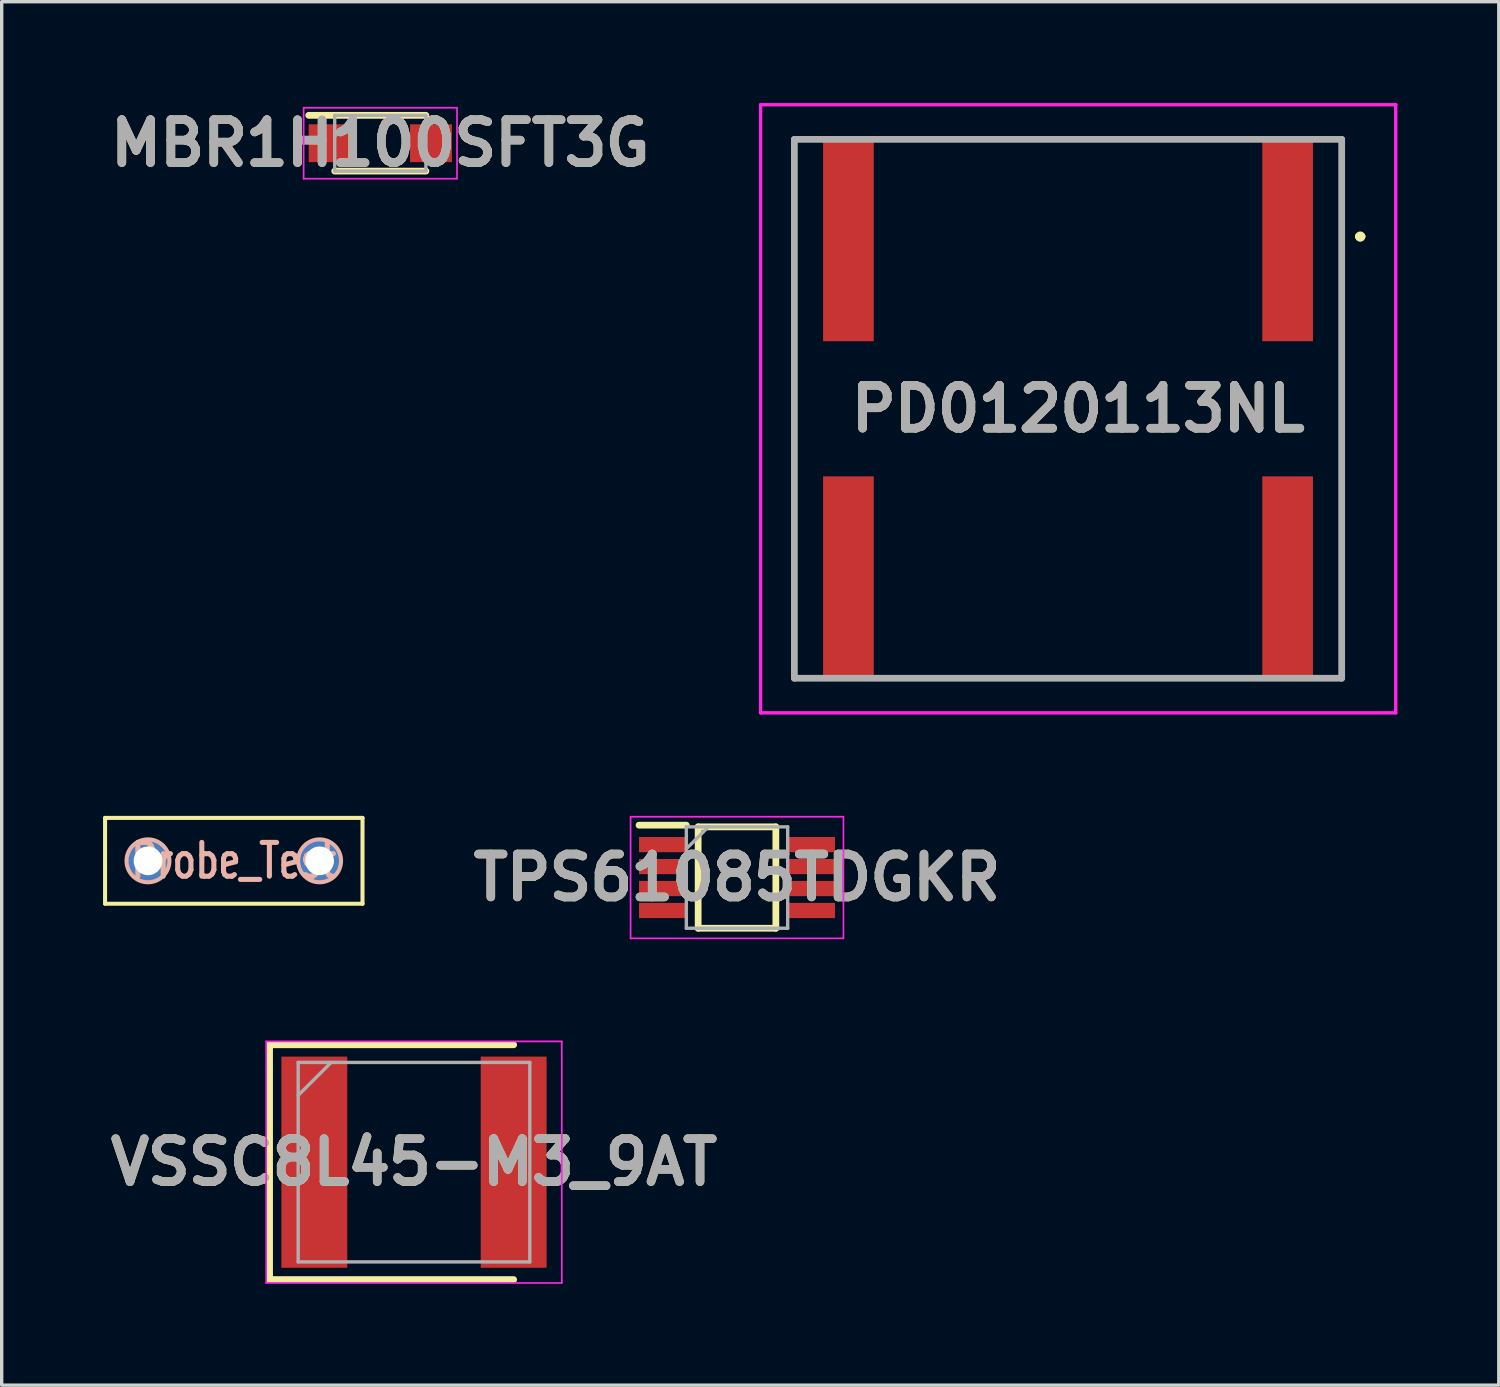
<source format=kicad_pcb>
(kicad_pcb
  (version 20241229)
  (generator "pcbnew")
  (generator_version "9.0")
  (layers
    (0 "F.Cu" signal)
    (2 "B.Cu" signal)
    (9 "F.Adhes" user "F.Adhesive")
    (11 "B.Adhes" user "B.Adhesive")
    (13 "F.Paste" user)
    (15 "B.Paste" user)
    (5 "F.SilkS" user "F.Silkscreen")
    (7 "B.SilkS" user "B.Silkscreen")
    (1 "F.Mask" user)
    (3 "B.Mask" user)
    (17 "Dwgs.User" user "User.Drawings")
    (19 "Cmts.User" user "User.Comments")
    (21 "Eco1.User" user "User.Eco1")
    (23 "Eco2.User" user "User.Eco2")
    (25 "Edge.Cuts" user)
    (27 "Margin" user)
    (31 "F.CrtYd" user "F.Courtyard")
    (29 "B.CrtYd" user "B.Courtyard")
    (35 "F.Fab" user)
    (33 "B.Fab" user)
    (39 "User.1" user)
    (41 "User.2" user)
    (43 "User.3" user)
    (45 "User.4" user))
  (footprint "PD0120113NL"
    (layer "F.Cu")
    (at 28.563 9.05)
    (property "Reference" "PD0120113NL" (at 0.3 0 0) (layer "F.SilkS") (effects (font (size 1.27 1.27) (thickness 0.254))))
    (attr smd)
    (fp_line (start -8.1 -7.975) (end -8.1 -7.975) (stroke (width 0.1) (type solid)) (layer "F.SilkS"))
    (fp_line (start -8.1 -7.975) (end -8.1 8) (stroke (width 0.1) (type solid)) (layer "F.SilkS"))
    (fp_line (start -8.1 8) (end -8.1 -7.975) (stroke (width 0.1) (type solid)) (layer "F.SilkS"))
    (fp_line (start -8.1 8) (end -8.1 8) (stroke (width 0.1) (type solid)) (layer "F.SilkS"))
    (fp_line (start -5 -7.975) (end -5 -7.975) (stroke (width 0.1) (type solid)) (layer "F.SilkS"))
    (fp_line (start -5 -7.975) (end 5 -7.975) (stroke (width 0.1) (type solid)) (layer "F.SilkS"))
    (fp_line (start -5 7.975) (end 5 7.975) (stroke (width 0.1) (type solid)) (layer "F.SilkS"))
    (fp_line (start -5 8) (end -5 7.975) (stroke (width 0.1) (type solid)) (layer "F.SilkS"))
    (fp_line (start 5 -7.975) (end -5 -7.975) (stroke (width 0.1) (type solid)) (layer "F.SilkS"))
    (fp_line (start 5 -7.975) (end 5 -7.975) (stroke (width 0.1) (type solid)) (layer "F.SilkS"))
    (fp_line (start 5 7.975) (end 5 8) (stroke (width 0.1) (type solid)) (layer "F.SilkS"))
    (fp_line (start 5 8) (end -5 8) (stroke (width 0.1) (type solid)) (layer "F.SilkS"))
    (fp_line (start 8.1 -7.975) (end 8.1 -7.975) (stroke (width 0.1) (type solid)) (layer "F.SilkS"))
    (fp_line (start 8.1 -7.975) (end 8.1 7.975) (stroke (width 0.1) (type solid)) (layer "F.SilkS"))
    (fp_line (start 8.1 7.975) (end 8.1 -7.975) (stroke (width 0.1) (type solid)) (layer "F.SilkS"))
    (fp_line (start 8.1 7.975) (end 8.1 7.975) (stroke (width 0.1) (type solid)) (layer "F.SilkS"))
    (fp_line (start 8.6 -5.1) (end 8.6 -5.1) (stroke (width 0.2) (type solid)) (layer "F.SilkS"))
    (fp_line (start 8.6 -5.1) (end 8.6 -5.1) (stroke (width 0.2) (type solid)) (layer "F.SilkS"))
    (fp_line (start 8.7 -5.1) (end 8.7 -5.1) (stroke (width 0.2) (type solid)) (layer "F.SilkS"))
    (fp_arc (start 8.6 -5.1) (mid 8.65 -5.15) (end 8.7 -5.1) (stroke (width 0.2) (type solid)) (layer "F.SilkS"))
    (fp_arc (start 8.7 -5.1) (mid 8.65 -5.05) (end 8.6 -5.1) (stroke (width 0.2) (type solid)) (layer "F.SilkS"))
    (fp_arc (start 8.7 -5.1) (mid 8.65 -5.05) (end 8.6 -5.1) (stroke (width 0.2) (type solid)) (layer "F.SilkS"))
    (fp_line (start -9.1 -9) (end 9.7 -9) (stroke (width 0.1) (type solid)) (layer "F.CrtYd"))
    (fp_line (start -9.1 9) (end -9.1 -9) (stroke (width 0.1) (type solid)) (layer "F.CrtYd"))
    (fp_line (start 9.7 -9) (end 9.7 9) (stroke (width 0.1) (type solid)) (layer "F.CrtYd"))
    (fp_line (start 9.7 9) (end -9.1 9) (stroke (width 0.1) (type solid)) (layer "F.CrtYd"))
    (fp_line (start -8.1 -7.975) (end -8.1 7.975) (stroke (width 0.2) (type solid)) (layer "F.Fab"))
    (fp_line (start -8.1 7.975) (end 8.1 7.975) (stroke (width 0.2) (type solid)) (layer "F.Fab"))
    (fp_line (start 8.1 -7.975) (end -8.1 -7.975) (stroke (width 0.2) (type solid)) (layer "F.Fab"))
    (fp_line (start 8.1 7.975) (end 8.1 -7.975) (stroke (width 0.2) (type solid)) (layer "F.Fab"))
    (fp_text user "${REFERENCE}" (at 0.3 0 0) (layer "F.Fab") (effects (font (size 1.27 1.27) (thickness 0.254))))
    (pad "1" smd rect (at 6.5 -5) (size 1.5 6) (layers "F.Cu" "F.Mask" "F.Paste"))
    (pad "2" smd rect (at 6.5 5) (size 1.5 6) (layers "F.Cu" "F.Mask" "F.Paste"))
    (pad "3" smd rect (at -6.5 5) (size 1.5 6) (layers "F.Cu" "F.Mask" "F.Paste"))
    (pad "4" smd rect (at -6.5 -5) (size 1.5 6) (layers "F.Cu" "F.Mask" "F.Paste")))
  (footprint "VSSC8L45-M3_9AT"
    (layer "F.Cu")
    (at 9.204 31.35)
    (property "Reference" "VSSC8L45-M3_9AT" (at 0 0 0) (layer "F.SilkS") (effects (font (size 1.27 1.27) (thickness 0.254))))
    (attr smd)
    (fp_line (start -4.275 -3.475) (end -4.275 3.475) (stroke (width 0.2) (type solid)) (layer "F.SilkS"))
    (fp_line (start -4.275 3.475) (end 2.95 3.475) (stroke (width 0.2) (type solid)) (layer "F.SilkS"))
    (fp_line (start 2.95 -3.475) (end -4.275 -3.475) (stroke (width 0.2) (type solid)) (layer "F.SilkS"))
    (fp_line (start -4.375 -3.575) (end 4.375 -3.575) (stroke (width 0.05) (type solid)) (layer "F.CrtYd"))
    (fp_line (start -4.375 3.575) (end -4.375 -3.575) (stroke (width 0.05) (type solid)) (layer "F.CrtYd"))
    (fp_line (start 4.375 -3.575) (end 4.375 3.575) (stroke (width 0.05) (type solid)) (layer "F.CrtYd"))
    (fp_line (start 4.375 3.575) (end -4.375 3.575) (stroke (width 0.05) (type solid)) (layer "F.CrtYd"))
    (fp_line (start -3.428 -2.952) (end 3.428 -2.952) (stroke (width 0.1) (type solid)) (layer "F.Fab"))
    (fp_line (start -3.428 -1.978) (end -2.452 -2.952) (stroke (width 0.1) (type solid)) (layer "F.Fab"))
    (fp_line (start -3.428 2.952) (end -3.428 -2.952) (stroke (width 0.1) (type solid)) (layer "F.Fab"))
    (fp_line (start 3.428 -2.952) (end 3.428 2.952) (stroke (width 0.1) (type solid)) (layer "F.Fab"))
    (fp_line (start 3.428 2.952) (end -3.428 2.952) (stroke (width 0.1) (type solid)) (layer "F.Fab"))
    (fp_text user "${REFERENCE}" (at 0 0 0) (layer "F.Fab") (effects (font (size 1.27 1.27) (thickness 0.254))))
    (pad "1" smd rect (at -2.95 0) (size 1.95 6.25) (layers "F.Cu" "F.Mask" "F.Paste"))
    (pad "2" smd rect (at 2.95 0) (size 1.95 6.25) (layers "F.Cu" "F.Mask" "F.Paste")))
  (footprint "TPS61085TDGKR"
    (layer "F.Cu")
    (at 18.765 22.925)
    (property "Reference" "TPS61085TDGKR" (at 0 0 0) (layer "F.SilkS") (effects (font (size 1.27 1.27) (thickness 0.254))))
    (attr smd)
    (fp_line (start -2.9 -1.55) (end -1.5 -1.55) (stroke (width 0.2) (type solid)) (layer "F.SilkS"))
    (fp_line (start -1.15 -1.5) (end 1.15 -1.5) (stroke (width 0.2) (type solid)) (layer "F.SilkS"))
    (fp_line (start -1.15 1.5) (end -1.15 -1.5) (stroke (width 0.2) (type solid)) (layer "F.SilkS"))
    (fp_line (start 1.15 -1.5) (end 1.15 1.5) (stroke (width 0.2) (type solid)) (layer "F.SilkS"))
    (fp_line (start 1.15 1.5) (end -1.15 1.5) (stroke (width 0.2) (type solid)) (layer "F.SilkS"))
    (fp_line (start -3.15 -1.8) (end 3.15 -1.8) (stroke (width 0.05) (type solid)) (layer "F.CrtYd"))
    (fp_line (start -3.15 1.8) (end -3.15 -1.8) (stroke (width 0.05) (type solid)) (layer "F.CrtYd"))
    (fp_line (start 3.15 -1.8) (end 3.15 1.8) (stroke (width 0.05) (type solid)) (layer "F.CrtYd"))
    (fp_line (start 3.15 1.8) (end -3.15 1.8) (stroke (width 0.05) (type solid)) (layer "F.CrtYd"))
    (fp_line (start -1.5 -1.5) (end 1.5 -1.5) (stroke (width 0.1) (type solid)) (layer "F.Fab"))
    (fp_line (start -1.5 -0.85) (end -0.85 -1.5) (stroke (width 0.1) (type solid)) (layer "F.Fab"))
    (fp_line (start -1.5 1.5) (end -1.5 -1.5) (stroke (width 0.1) (type solid)) (layer "F.Fab"))
    (fp_line (start 1.5 -1.5) (end 1.5 1.5) (stroke (width 0.1) (type solid)) (layer "F.Fab"))
    (fp_line (start 1.5 1.5) (end -1.5 1.5) (stroke (width 0.1) (type solid)) (layer "F.Fab"))
    (fp_text user "${REFERENCE}" (at 0 0 0) (layer "F.Fab") (effects (font (size 1.27 1.27) (thickness 0.254))))
    (pad "1" smd rect (at -2.2 -0.975 90) (size 0.45 1.4) (layers "F.Cu" "F.Mask" "F.Paste"))
    (pad "2" smd rect (at -2.2 -0.325 90) (size 0.45 1.4) (layers "F.Cu" "F.Mask" "F.Paste"))
    (pad "3" smd rect (at -2.2 0.325 90) (size 0.45 1.4) (layers "F.Cu" "F.Mask" "F.Paste"))
    (pad "4" smd rect (at -2.2 0.975 90) (size 0.45 1.4) (layers "F.Cu" "F.Mask" "F.Paste"))
    (pad "5" smd rect (at 2.2 0.975 90) (size 0.45 1.4) (layers "F.Cu" "F.Mask" "F.Paste"))
    (pad "6" smd rect (at 2.2 0.325 90) (size 0.45 1.4) (layers "F.Cu" "F.Mask" "F.Paste"))
    (pad "7" smd rect (at 2.2 -0.325 90) (size 0.45 1.4) (layers "F.Cu" "F.Mask" "F.Paste"))
    (pad "8" smd rect (at 2.2 -0.975 90) (size 0.45 1.4) (layers "F.Cu" "F.Mask" "F.Paste")))
  (footprint "MBR1H100SFT3G"
    (layer "F.Cu")
    (at 8.207 1.189)
    (property "Reference" "MBR1H100SFT3G" (at 0 0 0) (layer "F.SilkS") (effects (font (size 1.27 1.27) (thickness 0.254))))
    (attr smd)
    (fp_line (start -2.12 -0.825) (end 1.35 -0.825) (stroke (width 0.2) (type solid)) (layer "F.SilkS"))
    (fp_line (start -1.35 0.825) (end 1.35 0.825) (stroke (width 0.2) (type solid)) (layer "F.SilkS"))
    (fp_line (start -2.27 -1.05) (end 2.27 -1.05) (stroke (width 0.05) (type solid)) (layer "F.CrtYd"))
    (fp_line (start -2.27 1.05) (end -2.27 -1.05) (stroke (width 0.05) (type solid)) (layer "F.CrtYd"))
    (fp_line (start 2.27 -1.05) (end 2.27 1.05) (stroke (width 0.05) (type solid)) (layer "F.CrtYd"))
    (fp_line (start 2.27 1.05) (end -2.27 1.05) (stroke (width 0.05) (type solid)) (layer "F.CrtYd"))
    (fp_line (start -1.35 -0.825) (end 1.35 -0.825) (stroke (width 0.1) (type solid)) (layer "F.Fab"))
    (fp_line (start -1.35 -0.205) (end -0.73 -0.825) (stroke (width 0.1) (type solid)) (layer "F.Fab"))
    (fp_line (start -1.35 0.825) (end -1.35 -0.825) (stroke (width 0.1) (type solid)) (layer "F.Fab"))
    (fp_line (start 1.35 -0.825) (end 1.35 0.825) (stroke (width 0.1) (type solid)) (layer "F.Fab"))
    (fp_line (start 1.35 0.825) (end -1.35 0.825) (stroke (width 0.1) (type solid)) (layer "F.Fab"))
    (fp_text user "${REFERENCE}" (at 0 0 0) (layer "F.Fab") (effects (font (size 1.27 1.27) (thickness 0.254))))
    (pad "1" smd rect (at -1.5 0 90) (size 1.12 1.24) (layers "F.Cu" "F.Mask" "F.Paste"))
    (pad "2" smd rect (at 1.5 0 90) (size 1.12 1.24) (layers "F.Cu" "F.Mask" "F.Paste")))
  (footprint "Probe_Test"
    (layer "F.Cu")
    (at 3.87 22.43)
    (property "Reference" "Probe_Test" (at 0 0 0) (layer "B.SilkS") (effects (font (size 1 0.75) (thickness 0.15))))
    (attr through_hole)
    (fp_line (start -3.81 -1.27) (end -3.81 1.27) (stroke (width 0.12) (type solid)) (layer "F.SilkS"))
    (fp_line (start -3.81 1.27) (end 3.81 1.27) (stroke (width 0.12) (type solid)) (layer "F.SilkS"))
    (fp_line (start 3.81 -1.27) (end -3.81 -1.27) (stroke (width 0.12) (type solid)) (layer "F.SilkS"))
    (fp_line (start 3.81 1.27) (end 3.81 -1.27) (stroke (width 0.12) (type solid)) (layer "F.SilkS"))
    (fp_circle (center -2.54 0) (end -2.54 -0.635) (stroke (width 0.12) (type solid)) (fill no) (layer "B.SilkS"))
    (fp_circle (center 2.54 0) (end 2.54 -0.635) (stroke (width 0.12) (type solid)) (fill no) (layer "B.SilkS"))
    (pad "1" thru_hole circle (at 2.54 0) (size 1.25 1.25) (drill 0.85) (layers "*.Cu" "*.Mask"))
    (pad "2" thru_hole circle (at -2.54 0) (size 1.25 1.25) (drill 0.85) (layers "*.Cu" "*.Mask")))
  (gr_rect
    (start -3 -3)
    (end 41.313 37.95)
    (stroke (width 0.1) (type default))
    (fill no)
    (layer "Edge.Cuts")))
</source>
